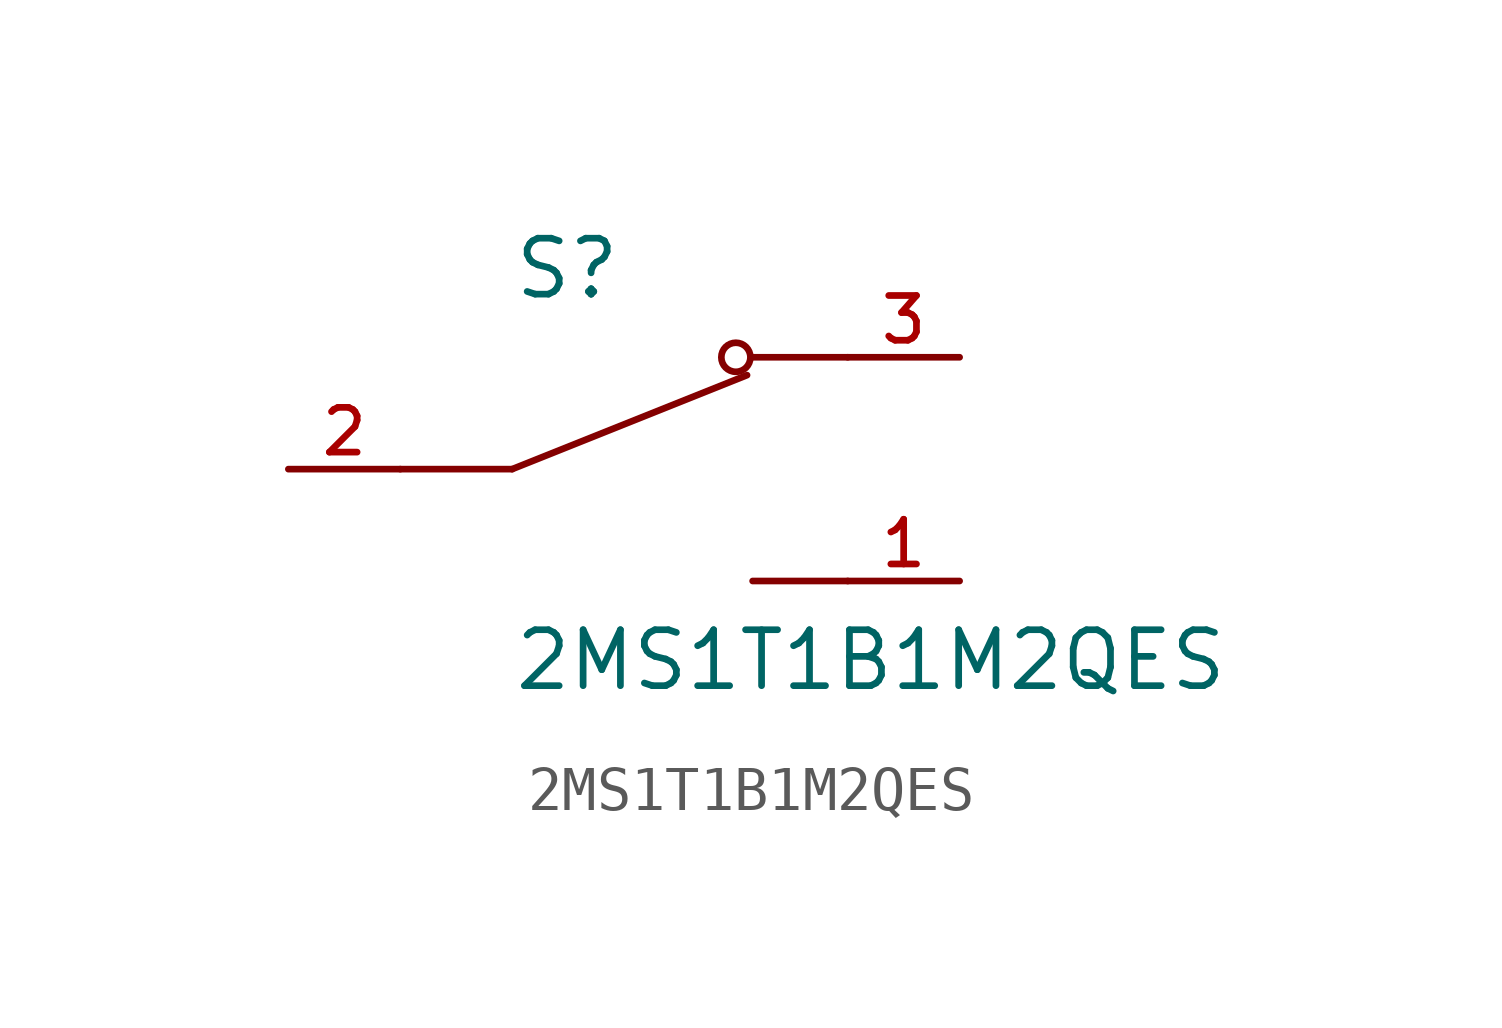
<source format=kicad_sym>
(kicad_symbol_lib
  (version 20211014)
  (generator kicad_symbol_editor)
  (symbol "2MS1T1B1M2QES"
    (pin_names
      (offset 1.016))
    (property "Reference" "S"
      (at -2.54 6.35 0)
      (effects (font (size 1.27 1.27)) (justify bottom left)))
    (property "Value" "2MS1T1B1M2QES"
      (at -2.54 -2.54 0)
      (effects (font (size 1.27 1.27)) (justify bottom left)))
    (symbol "2MS1T1B1M2QES_0_0"
      (polyline (pts (xy -2.54 2.54) (xy 2.794 4.674)) (stroke (width 0.152)))
      (polyline (pts (xy 5.08 0.0) (xy 2.921 0.0)) (stroke (width 0.152)))
      (polyline (pts (xy -2.54 2.54) (xy -5.08 2.54)) (stroke (width 0.152)))
      (circle (center 2.54 5.08) (radius 0.33) (stroke (width 0.152)) (fill (type none)))
      (polyline (pts (xy 5.08 5.08) (xy 2.921 5.08)) (stroke (width 0.152)))
      (pin passive line (at -7.62 2.54 0) (length 2.54) (name "~" (effects (font (size 1.016 1.016)))) (number "2" (effects (font (size 1.016 1.016)))))
      (pin passive line (at 7.62 0.0 180.0) (length 2.54) (name "~" (effects (font (size 1.016 1.016)))) (number "1" (effects (font (size 1.016 1.016)))))
      (pin passive line (at 7.62 5.08 180.0) (length 2.54) (name "~" (effects (font (size 1.016 1.016)))) (number "3" (effects (font (size 1.016 1.016))))))))
</source>
